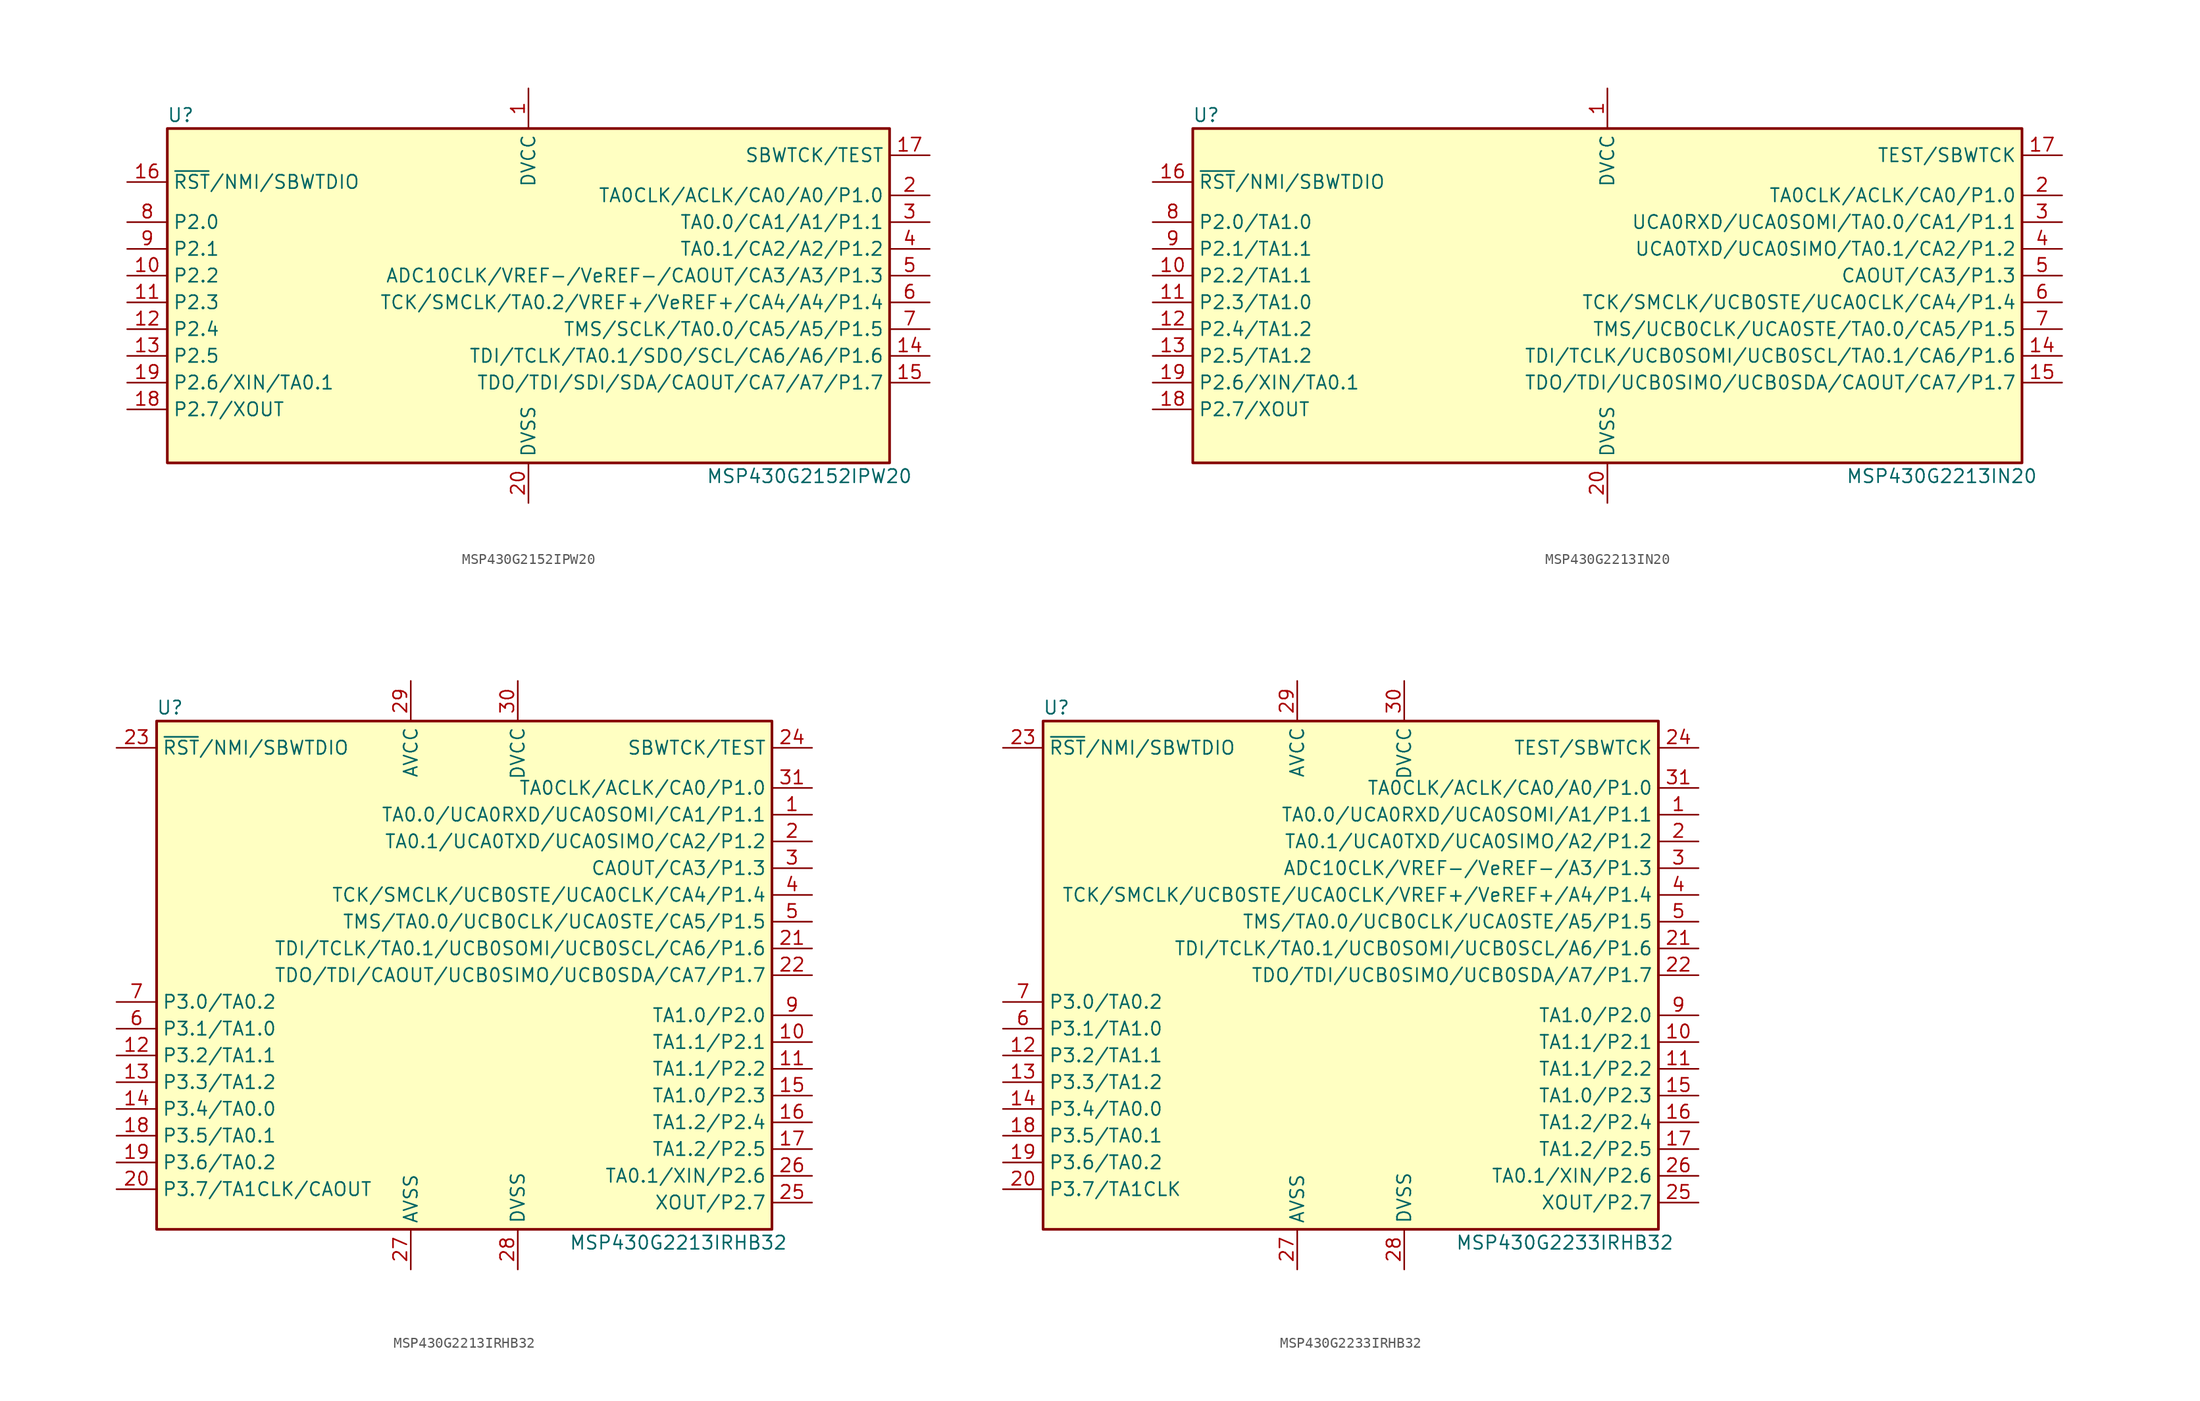
<source format=kicad_sym>
(kicad_symbol_lib
  (version 20231120)
  (generator "kicad_symbol_editor")
  (generator_version "8.0")
  (symbol "MSP430G2152IPW20"
    (property "Reference" "U"
      (at -33.02 17.78 0)
      (effects (font (size 1.27 1.27))))
    (property "Value" "MSP430G2152IPW20"
      (at 26.67 -16.51 0)
      (effects (font (size 1.27 1.27))))
    (symbol "MSP430G2152IPW20_0_1"
      (rectangle (start -34.29 16.51) (end 34.29 -15.24) (stroke (width 0.254) (type default)) (fill (type background))))
    (symbol "MSP430G2152IPW20_1_1"
      (pin power_in line (at 0 20.32 270) (length 3.81) (name "DVCC" (effects (font (size 1.27 1.27)))) (number "1" (effects (font (size 1.27 1.27)))))
      (pin bidirectional line (at -38.1 2.54 0) (length 3.81) (name "P2.2" (effects (font (size 1.27 1.27)))) (number "10" (effects (font (size 1.27 1.27)))))
      (pin bidirectional line (at -38.1 0 0) (length 3.81) (name "P2.3" (effects (font (size 1.27 1.27)))) (number "11" (effects (font (size 1.27 1.27)))))
      (pin bidirectional line (at -38.1 -2.54 0) (length 3.81) (name "P2.4" (effects (font (size 1.27 1.27)))) (number "12" (effects (font (size 1.27 1.27)))))
      (pin bidirectional line (at -38.1 -5.08 0) (length 3.81) (name "P2.5" (effects (font (size 1.27 1.27)))) (number "13" (effects (font (size 1.27 1.27)))))
      (pin bidirectional line (at 38.1 -5.08 180) (length 3.81) (name "TDI/TCLK/TA0.1/SDO/SCL/CA6/A6/P1.6" (effects (font (size 1.27 1.27)))) (number "14" (effects (font (size 1.27 1.27)))))
      (pin bidirectional line (at 38.1 -7.62 180) (length 3.81) (name "TDO/TDI/SDI/SDA/CAOUT/CA7/A7/P1.7" (effects (font (size 1.27 1.27)))) (number "15" (effects (font (size 1.27 1.27)))))
      (pin input line (at -38.1 11.43 0) (length 3.81) (name "~{RST}/NMI/SBWTDIO" (effects (font (size 1.27 1.27)))) (number "16" (effects (font (size 1.27 1.27)))))
      (pin input line (at 38.1 13.97 180) (length 3.81) (name "SBWTCK/TEST" (effects (font (size 1.27 1.27)))) (number "17" (effects (font (size 1.27 1.27)))))
      (pin bidirectional line (at -38.1 -10.16 0) (length 3.81) (name "P2.7/XOUT" (effects (font (size 1.27 1.27)))) (number "18" (effects (font (size 1.27 1.27)))))
      (pin bidirectional line (at -38.1 -7.62 0) (length 3.81) (name "P2.6/XIN/TA0.1" (effects (font (size 1.27 1.27)))) (number "19" (effects (font (size 1.27 1.27)))))
      (pin bidirectional line (at 38.1 10.16 180) (length 3.81) (name "TA0CLK/ACLK/CA0/A0/P1.0" (effects (font (size 1.27 1.27)))) (number "2" (effects (font (size 1.27 1.27)))))
      (pin power_in line (at 0 -19.05 90) (length 3.81) (name "DVSS" (effects (font (size 1.27 1.27)))) (number "20" (effects (font (size 1.27 1.27)))))
      (pin bidirectional line (at 38.1 7.62 180) (length 3.81) (name "TA0.0/CA1/A1/P1.1" (effects (font (size 1.27 1.27)))) (number "3" (effects (font (size 1.27 1.27)))))
      (pin bidirectional line (at 38.1 5.08 180) (length 3.81) (name "TA0.1/CA2/A2/P1.2" (effects (font (size 1.27 1.27)))) (number "4" (effects (font (size 1.27 1.27)))))
      (pin bidirectional line (at 38.1 2.54 180) (length 3.81) (name "ADC10CLK/VREF-/VeREF-/CAOUT/CA3/A3/P1.3" (effects (font (size 1.27 1.27)))) (number "5" (effects (font (size 1.27 1.27)))))
      (pin bidirectional line (at 38.1 0 180) (length 3.81) (name "TCK/SMCLK/TA0.2/VREF+/VeREF+/CA4/A4/P1.4" (effects (font (size 1.27 1.27)))) (number "6" (effects (font (size 1.27 1.27)))))
      (pin bidirectional line (at 38.1 -2.54 180) (length 3.81) (name "TMS/SCLK/TA0.0/CA5/A5/P1.5" (effects (font (size 1.27 1.27)))) (number "7" (effects (font (size 1.27 1.27)))))
      (pin bidirectional line (at -38.1 7.62 0) (length 3.81) (name "P2.0" (effects (font (size 1.27 1.27)))) (number "8" (effects (font (size 1.27 1.27)))))
      (pin bidirectional line (at -38.1 5.08 0) (length 3.81) (name "P2.1" (effects (font (size 1.27 1.27)))) (number "9" (effects (font (size 1.27 1.27)))))))
  (symbol "MSP430G2213IN20"
    (property "Reference" "U"
      (at -38.1 17.78 0)
      (effects (font (size 1.27 1.27))))
    (property "Value" "MSP430G2213IN20"
      (at 31.75 -16.51 0)
      (effects (font (size 1.27 1.27))))
    (symbol "MSP430G2213IN20_0_1"
      (rectangle (start -39.37 16.51) (end 39.37 -15.24) (stroke (width 0.254) (type default)) (fill (type background))))
    (symbol "MSP430G2213IN20_1_1"
      (pin power_in line (at 0 20.32 270) (length 3.81) (name "DVCC" (effects (font (size 1.27 1.27)))) (number "1" (effects (font (size 1.27 1.27)))))
      (pin bidirectional line (at -43.18 2.54 0) (length 3.81) (name "P2.2/TA1.1" (effects (font (size 1.27 1.27)))) (number "10" (effects (font (size 1.27 1.27)))))
      (pin bidirectional line (at -43.18 0 0) (length 3.81) (name "P2.3/TA1.0" (effects (font (size 1.27 1.27)))) (number "11" (effects (font (size 1.27 1.27)))))
      (pin bidirectional line (at -43.18 -2.54 0) (length 3.81) (name "P2.4/TA1.2" (effects (font (size 1.27 1.27)))) (number "12" (effects (font (size 1.27 1.27)))))
      (pin bidirectional line (at -43.18 -5.08 0) (length 3.81) (name "P2.5/TA1.2" (effects (font (size 1.27 1.27)))) (number "13" (effects (font (size 1.27 1.27)))))
      (pin bidirectional line (at 43.18 -5.08 180) (length 3.81) (name "TDI/TCLK/UCB0SOMI/UCB0SCL/TA0.1/CA6/P1.6" (effects (font (size 1.27 1.27)))) (number "14" (effects (font (size 1.27 1.27)))))
      (pin bidirectional line (at 43.18 -7.62 180) (length 3.81) (name "TDO/TDI/UCB0SIMO/UCB0SDA/CAOUT/CA7/P1.7" (effects (font (size 1.27 1.27)))) (number "15" (effects (font (size 1.27 1.27)))))
      (pin input line (at -43.18 11.43 0) (length 3.81) (name "~{RST}/NMI/SBWTDIO" (effects (font (size 1.27 1.27)))) (number "16" (effects (font (size 1.27 1.27)))))
      (pin input line (at 43.18 13.97 180) (length 3.81) (name "TEST/SBWTCK" (effects (font (size 1.27 1.27)))) (number "17" (effects (font (size 1.27 1.27)))))
      (pin bidirectional line (at -43.18 -10.16 0) (length 3.81) (name "P2.7/XOUT" (effects (font (size 1.27 1.27)))) (number "18" (effects (font (size 1.27 1.27)))))
      (pin bidirectional line (at -43.18 -7.62 0) (length 3.81) (name "P2.6/XIN/TA0.1" (effects (font (size 1.27 1.27)))) (number "19" (effects (font (size 1.27 1.27)))))
      (pin bidirectional line (at 43.18 10.16 180) (length 3.81) (name "TA0CLK/ACLK/CA0/P1.0" (effects (font (size 1.27 1.27)))) (number "2" (effects (font (size 1.27 1.27)))))
      (pin power_in line (at 0 -19.05 90) (length 3.81) (name "DVSS" (effects (font (size 1.27 1.27)))) (number "20" (effects (font (size 1.27 1.27)))))
      (pin bidirectional line (at 43.18 7.62 180) (length 3.81) (name "UCA0RXD/UCA0SOMI/TA0.0/CA1/P1.1" (effects (font (size 1.27 1.27)))) (number "3" (effects (font (size 1.27 1.27)))))
      (pin bidirectional line (at 43.18 5.08 180) (length 3.81) (name "UCA0TXD/UCA0SIMO/TA0.1/CA2/P1.2" (effects (font (size 1.27 1.27)))) (number "4" (effects (font (size 1.27 1.27)))))
      (pin bidirectional line (at 43.18 2.54 180) (length 3.81) (name "CAOUT/CA3/P1.3" (effects (font (size 1.27 1.27)))) (number "5" (effects (font (size 1.27 1.27)))))
      (pin bidirectional line (at 43.18 0 180) (length 3.81) (name "TCK/SMCLK/UCB0STE/UCA0CLK/CA4/P1.4" (effects (font (size 1.27 1.27)))) (number "6" (effects (font (size 1.27 1.27)))))
      (pin bidirectional line (at 43.18 -2.54 180) (length 3.81) (name "TMS/UCB0CLK/UCA0STE/TA0.0/CA5/P1.5" (effects (font (size 1.27 1.27)))) (number "7" (effects (font (size 1.27 1.27)))))
      (pin bidirectional line (at -43.18 7.62 0) (length 3.81) (name "P2.0/TA1.0" (effects (font (size 1.27 1.27)))) (number "8" (effects (font (size 1.27 1.27)))))
      (pin bidirectional line (at -43.18 5.08 0) (length 3.81) (name "P2.1/TA1.1" (effects (font (size 1.27 1.27)))) (number "9" (effects (font (size 1.27 1.27)))))))
  (symbol "MSP430G2213IRHB32"
    (property "Reference" "U"
      (at -27.94 25.4 0)
      (effects (font (size 1.27 1.27))))
    (property "Value" "MSP430G2213IRHB32"
      (at 20.32 -25.4 0)
      (effects (font (size 1.27 1.27))))
    (symbol "MSP430G2213IRHB32_0_1"
      (rectangle (start -29.21 24.13) (end 29.21 -24.13) (stroke (width 0.254) (type default)) (fill (type background))))
    (symbol "MSP430G2213IRHB32_1_1"
      (pin bidirectional line (at 33.02 15.24 180) (length 3.81) (name "TA0.0/UCA0RXD/UCA0SOMI/CA1/P1.1" (effects (font (size 1.27 1.27)))) (number "1" (effects (font (size 1.27 1.27)))))
      (pin bidirectional line (at 33.02 -6.35 180) (length 3.81) (name "TA1.1/P2.1" (effects (font (size 1.27 1.27)))) (number "10" (effects (font (size 1.27 1.27)))))
      (pin bidirectional line (at 33.02 -8.89 180) (length 3.81) (name "TA1.1/P2.2" (effects (font (size 1.27 1.27)))) (number "11" (effects (font (size 1.27 1.27)))))
      (pin bidirectional line (at -33.02 -7.62 0) (length 3.81) (name "P3.2/TA1.1" (effects (font (size 1.27 1.27)))) (number "12" (effects (font (size 1.27 1.27)))))
      (pin bidirectional line (at -33.02 -10.16 0) (length 3.81) (name "P3.3/TA1.2" (effects (font (size 1.27 1.27)))) (number "13" (effects (font (size 1.27 1.27)))))
      (pin bidirectional line (at -33.02 -12.7 0) (length 3.81) (name "P3.4/TA0.0" (effects (font (size 1.27 1.27)))) (number "14" (effects (font (size 1.27 1.27)))))
      (pin bidirectional line (at 33.02 -11.43 180) (length 3.81) (name "TA1.0/P2.3" (effects (font (size 1.27 1.27)))) (number "15" (effects (font (size 1.27 1.27)))))
      (pin bidirectional line (at 33.02 -13.97 180) (length 3.81) (name "TA1.2/P2.4" (effects (font (size 1.27 1.27)))) (number "16" (effects (font (size 1.27 1.27)))))
      (pin bidirectional line (at 33.02 -16.51 180) (length 3.81) (name "TA1.2/P2.5" (effects (font (size 1.27 1.27)))) (number "17" (effects (font (size 1.27 1.27)))))
      (pin bidirectional line (at -33.02 -15.24 0) (length 3.81) (name "P3.5/TA0.1" (effects (font (size 1.27 1.27)))) (number "18" (effects (font (size 1.27 1.27)))))
      (pin bidirectional line (at -33.02 -17.78 0) (length 3.81) (name "P3.6/TA0.2" (effects (font (size 1.27 1.27)))) (number "19" (effects (font (size 1.27 1.27)))))
      (pin bidirectional line (at 33.02 12.7 180) (length 3.81) (name "TA0.1/UCA0TXD/UCA0SIMO/CA2/P1.2" (effects (font (size 1.27 1.27)))) (number "2" (effects (font (size 1.27 1.27)))))
      (pin bidirectional line (at -33.02 -20.32 0) (length 3.81) (name "P3.7/TA1CLK/CAOUT" (effects (font (size 1.27 1.27)))) (number "20" (effects (font (size 1.27 1.27)))))
      (pin bidirectional line (at 33.02 2.54 180) (length 3.81) (name "TDI/TCLK/TA0.1/UCB0SOMI/UCB0SCL/CA6/P1.6" (effects (font (size 1.27 1.27)))) (number "21" (effects (font (size 1.27 1.27)))))
      (pin bidirectional line (at 33.02 0 180) (length 3.81) (name "TDO/TDI/CAOUT/UCB0SIMO/UCB0SDA/CA7/P1.7" (effects (font (size 1.27 1.27)))) (number "22" (effects (font (size 1.27 1.27)))))
      (pin input line (at -33.02 21.59 0) (length 3.81) (name "~{RST}/NMI/SBWTDIO" (effects (font (size 1.27 1.27)))) (number "23" (effects (font (size 1.27 1.27)))))
      (pin input line (at 33.02 21.59 180) (length 3.81) (name "SBWTCK/TEST" (effects (font (size 1.27 1.27)))) (number "24" (effects (font (size 1.27 1.27)))))
      (pin bidirectional line (at 33.02 -21.59 180) (length 3.81) (name "XOUT/P2.7" (effects (font (size 1.27 1.27)))) (number "25" (effects (font (size 1.27 1.27)))))
      (pin bidirectional line (at 33.02 -19.05 180) (length 3.81) (name "TA0.1/XIN/P2.6" (effects (font (size 1.27 1.27)))) (number "26" (effects (font (size 1.27 1.27)))))
      (pin power_in line (at -5.08 -27.94 90) (length 3.81) (name "AVSS" (effects (font (size 1.27 1.27)))) (number "27" (effects (font (size 1.27 1.27)))))
      (pin power_in line (at 5.08 -27.94 90) (length 3.81) (name "DVSS" (effects (font (size 1.27 1.27)))) (number "28" (effects (font (size 1.27 1.27)))))
      (pin power_in line (at -5.08 27.94 270) (length 3.81) (name "AVCC" (effects (font (size 1.27 1.27)))) (number "29" (effects (font (size 1.27 1.27)))))
      (pin bidirectional line (at 33.02 10.16 180) (length 3.81) (name "CAOUT/CA3/P1.3" (effects (font (size 1.27 1.27)))) (number "3" (effects (font (size 1.27 1.27)))))
      (pin power_in line (at 5.08 27.94 270) (length 3.81) (name "DVCC" (effects (font (size 1.27 1.27)))) (number "30" (effects (font (size 1.27 1.27)))))
      (pin bidirectional line (at 33.02 17.78 180) (length 3.81) (name "TA0CLK/ACLK/CA0/P1.0" (effects (font (size 1.27 1.27)))) (number "31" (effects (font (size 1.27 1.27)))))
      (pin bidirectional line (at 33.02 7.62 180) (length 3.81) (name "TCK/SMCLK/UCB0STE/UCA0CLK/CA4/P1.4" (effects (font (size 1.27 1.27)))) (number "4" (effects (font (size 1.27 1.27)))))
      (pin bidirectional line (at 33.02 5.08 180) (length 3.81) (name "TMS/TA0.0/UCB0CLK/UCA0STE/CA5/P1.5" (effects (font (size 1.27 1.27)))) (number "5" (effects (font (size 1.27 1.27)))))
      (pin bidirectional line (at -33.02 -5.08 0) (length 3.81) (name "P3.1/TA1.0" (effects (font (size 1.27 1.27)))) (number "6" (effects (font (size 1.27 1.27)))))
      (pin bidirectional line (at -33.02 -2.54 0) (length 3.81) (name "P3.0/TA0.2" (effects (font (size 1.27 1.27)))) (number "7" (effects (font (size 1.27 1.27)))))
      (pin bidirectional line (at 33.02 -3.81 180) (length 3.81) (name "TA1.0/P2.0" (effects (font (size 1.27 1.27)))) (number "9" (effects (font (size 1.27 1.27)))))))
  (symbol "MSP430G2233IRHB32"
    (property "Reference" "U"
      (at -27.94 25.4 0)
      (effects (font (size 1.27 1.27))))
    (property "Value" "MSP430G2233IRHB32"
      (at 20.32 -25.4 0)
      (effects (font (size 1.27 1.27))))
    (symbol "MSP430G2233IRHB32_0_1"
      (rectangle (start -29.21 24.13) (end 29.21 -24.13) (stroke (width 0.254) (type default)) (fill (type background))))
    (symbol "MSP430G2233IRHB32_1_1"
      (pin bidirectional line (at 33.02 15.24 180) (length 3.81) (name "TA0.0/UCA0RXD/UCA0SOMI/A1/P1.1" (effects (font (size 1.27 1.27)))) (number "1" (effects (font (size 1.27 1.27)))))
      (pin bidirectional line (at 33.02 -6.35 180) (length 3.81) (name "TA1.1/P2.1" (effects (font (size 1.27 1.27)))) (number "10" (effects (font (size 1.27 1.27)))))
      (pin bidirectional line (at 33.02 -8.89 180) (length 3.81) (name "TA1.1/P2.2" (effects (font (size 1.27 1.27)))) (number "11" (effects (font (size 1.27 1.27)))))
      (pin bidirectional line (at -33.02 -7.62 0) (length 3.81) (name "P3.2/TA1.1" (effects (font (size 1.27 1.27)))) (number "12" (effects (font (size 1.27 1.27)))))
      (pin bidirectional line (at -33.02 -10.16 0) (length 3.81) (name "P3.3/TA1.2" (effects (font (size 1.27 1.27)))) (number "13" (effects (font (size 1.27 1.27)))))
      (pin bidirectional line (at -33.02 -12.7 0) (length 3.81) (name "P3.4/TA0.0" (effects (font (size 1.27 1.27)))) (number "14" (effects (font (size 1.27 1.27)))))
      (pin bidirectional line (at 33.02 -11.43 180) (length 3.81) (name "TA1.0/P2.3" (effects (font (size 1.27 1.27)))) (number "15" (effects (font (size 1.27 1.27)))))
      (pin bidirectional line (at 33.02 -13.97 180) (length 3.81) (name "TA1.2/P2.4" (effects (font (size 1.27 1.27)))) (number "16" (effects (font (size 1.27 1.27)))))
      (pin bidirectional line (at 33.02 -16.51 180) (length 3.81) (name "TA1.2/P2.5" (effects (font (size 1.27 1.27)))) (number "17" (effects (font (size 1.27 1.27)))))
      (pin bidirectional line (at -33.02 -15.24 0) (length 3.81) (name "P3.5/TA0.1" (effects (font (size 1.27 1.27)))) (number "18" (effects (font (size 1.27 1.27)))))
      (pin bidirectional line (at -33.02 -17.78 0) (length 3.81) (name "P3.6/TA0.2" (effects (font (size 1.27 1.27)))) (number "19" (effects (font (size 1.27 1.27)))))
      (pin bidirectional line (at 33.02 12.7 180) (length 3.81) (name "TA0.1/UCA0TXD/UCA0SIMO/A2/P1.2" (effects (font (size 1.27 1.27)))) (number "2" (effects (font (size 1.27 1.27)))))
      (pin bidirectional line (at -33.02 -20.32 0) (length 3.81) (name "P3.7/TA1CLK" (effects (font (size 1.27 1.27)))) (number "20" (effects (font (size 1.27 1.27)))))
      (pin bidirectional line (at 33.02 2.54 180) (length 3.81) (name "TDI/TCLK/TA0.1/UCB0SOMI/UCB0SCL/A6/P1.6" (effects (font (size 1.27 1.27)))) (number "21" (effects (font (size 1.27 1.27)))))
      (pin bidirectional line (at 33.02 0 180) (length 3.81) (name "TDO/TDI/UCB0SIMO/UCB0SDA/A7/P1.7" (effects (font (size 1.27 1.27)))) (number "22" (effects (font (size 1.27 1.27)))))
      (pin input line (at -33.02 21.59 0) (length 3.81) (name "~{RST}/NMI/SBWTDIO" (effects (font (size 1.27 1.27)))) (number "23" (effects (font (size 1.27 1.27)))))
      (pin input line (at 33.02 21.59 180) (length 3.81) (name "TEST/SBWTCK" (effects (font (size 1.27 1.27)))) (number "24" (effects (font (size 1.27 1.27)))))
      (pin bidirectional line (at 33.02 -21.59 180) (length 3.81) (name "XOUT/P2.7" (effects (font (size 1.27 1.27)))) (number "25" (effects (font (size 1.27 1.27)))))
      (pin bidirectional line (at 33.02 -19.05 180) (length 3.81) (name "TA0.1/XIN/P2.6" (effects (font (size 1.27 1.27)))) (number "26" (effects (font (size 1.27 1.27)))))
      (pin power_in line (at -5.08 -27.94 90) (length 3.81) (name "AVSS" (effects (font (size 1.27 1.27)))) (number "27" (effects (font (size 1.27 1.27)))))
      (pin power_in line (at 5.08 -27.94 90) (length 3.81) (name "DVSS" (effects (font (size 1.27 1.27)))) (number "28" (effects (font (size 1.27 1.27)))))
      (pin power_in line (at -5.08 27.94 270) (length 3.81) (name "AVCC" (effects (font (size 1.27 1.27)))) (number "29" (effects (font (size 1.27 1.27)))))
      (pin bidirectional line (at 33.02 10.16 180) (length 3.81) (name "ADC10CLK/VREF-/VeREF-/A3/P1.3" (effects (font (size 1.27 1.27)))) (number "3" (effects (font (size 1.27 1.27)))))
      (pin power_in line (at 5.08 27.94 270) (length 3.81) (name "DVCC" (effects (font (size 1.27 1.27)))) (number "30" (effects (font (size 1.27 1.27)))))
      (pin bidirectional line (at 33.02 17.78 180) (length 3.81) (name "TA0CLK/ACLK/CA0/A0/P1.0" (effects (font (size 1.27 1.27)))) (number "31" (effects (font (size 1.27 1.27)))))
      (pin bidirectional line (at 33.02 7.62 180) (length 3.81) (name "TCK/SMCLK/UCB0STE/UCA0CLK/VREF+/VeREF+/A4/P1.4" (effects (font (size 1.27 1.27)))) (number "4" (effects (font (size 1.27 1.27)))))
      (pin bidirectional line (at 33.02 5.08 180) (length 3.81) (name "TMS/TA0.0/UCB0CLK/UCA0STE/A5/P1.5" (effects (font (size 1.27 1.27)))) (number "5" (effects (font (size 1.27 1.27)))))
      (pin bidirectional line (at -33.02 -5.08 0) (length 3.81) (name "P3.1/TA1.0" (effects (font (size 1.27 1.27)))) (number "6" (effects (font (size 1.27 1.27)))))
      (pin bidirectional line (at -33.02 -2.54 0) (length 3.81) (name "P3.0/TA0.2" (effects (font (size 1.27 1.27)))) (number "7" (effects (font (size 1.27 1.27)))))
      (pin bidirectional line (at 33.02 -3.81 180) (length 3.81) (name "TA1.0/P2.0" (effects (font (size 1.27 1.27)))) (number "9" (effects (font (size 1.27 1.27))))))))
</source>
